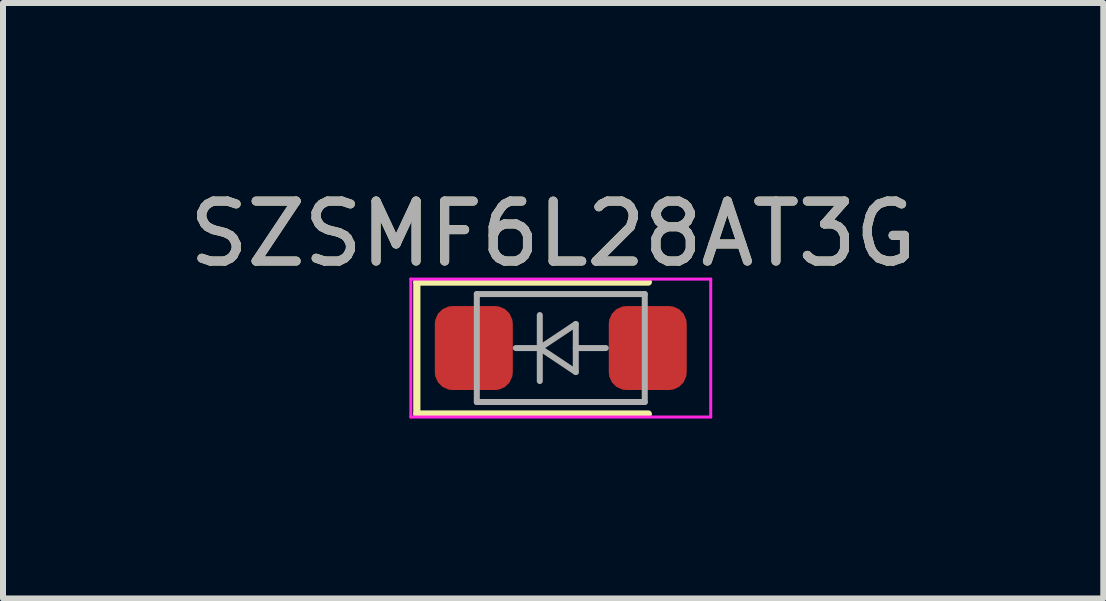
<source format=kicad_pcb>
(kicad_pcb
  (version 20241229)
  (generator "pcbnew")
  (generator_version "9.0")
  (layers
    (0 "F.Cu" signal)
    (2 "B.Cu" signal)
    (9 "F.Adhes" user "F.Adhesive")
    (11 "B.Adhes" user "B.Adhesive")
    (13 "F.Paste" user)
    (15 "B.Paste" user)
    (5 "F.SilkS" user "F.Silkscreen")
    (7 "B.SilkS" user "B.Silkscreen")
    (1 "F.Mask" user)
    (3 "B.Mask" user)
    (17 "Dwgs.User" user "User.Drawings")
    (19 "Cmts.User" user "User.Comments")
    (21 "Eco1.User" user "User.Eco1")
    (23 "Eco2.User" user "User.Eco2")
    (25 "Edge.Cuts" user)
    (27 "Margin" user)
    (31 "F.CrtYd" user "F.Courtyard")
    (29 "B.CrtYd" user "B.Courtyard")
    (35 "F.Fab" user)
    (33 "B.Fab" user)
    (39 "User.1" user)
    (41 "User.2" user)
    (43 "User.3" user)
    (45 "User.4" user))
  (footprint "SZSMF6L28AT3G"
    (layer "F.Cu")
    (at 6.3 2.753)
    (property "Reference" "SZSMF6L28AT3G" (at -0.127 -1.905 0) (layer "F.SilkS") (effects (font (size 1 1) (thickness 0.15))))
    (attr smd)
    (fp_line (start -2.4 -1.1) (end -2.4 1.1) (stroke (width 0.12) (type solid)) (layer "F.SilkS"))
    (fp_line (start -2.4 -1.1) (end 1.46 -1.1) (stroke (width 0.12) (type solid)) (layer "F.SilkS"))
    (fp_line (start -2.4 1.1) (end 1.46 1.1) (stroke (width 0.12) (type solid)) (layer "F.SilkS"))
    (fp_line (start -2.5 -1.15) (end -2.5 1.15) (stroke (width 0.05) (type solid)) (layer "F.CrtYd"))
    (fp_line (start -2.5 -1.15) (end 2.5 -1.15) (stroke (width 0.05) (type solid)) (layer "F.CrtYd"))
    (fp_line (start 2.5 -1.15) (end 2.5 1.15) (stroke (width 0.05) (type solid)) (layer "F.CrtYd"))
    (fp_line (start 2.5 1.15) (end -2.5 1.15) (stroke (width 0.05) (type solid)) (layer "F.CrtYd"))
    (fp_line (start -1.4 -0.9) (end 1.4 -0.9) (stroke (width 0.1) (type solid)) (layer "F.Fab"))
    (fp_line (start -1.4 0.9) (end -1.4 -0.9) (stroke (width 0.1) (type solid)) (layer "F.Fab"))
    (fp_line (start -0.75 0) (end -0.35 0) (stroke (width 0.1) (type solid)) (layer "F.Fab"))
    (fp_line (start -0.35 0) (end -0.35 -0.55) (stroke (width 0.1) (type solid)) (layer "F.Fab"))
    (fp_line (start -0.35 0) (end -0.35 0.55) (stroke (width 0.1) (type solid)) (layer "F.Fab"))
    (fp_line (start -0.35 0) (end 0.25 -0.4) (stroke (width 0.1) (type solid)) (layer "F.Fab"))
    (fp_line (start 0.25 -0.4) (end 0.25 0.4) (stroke (width 0.1) (type solid)) (layer "F.Fab"))
    (fp_line (start 0.25 0) (end 0.75 0) (stroke (width 0.1) (type solid)) (layer "F.Fab"))
    (fp_line (start 0.25 0.4) (end -0.35 0) (stroke (width 0.1) (type solid)) (layer "F.Fab"))
    (fp_line (start 1.4 -0.9) (end 1.4 0.9) (stroke (width 0.1) (type solid)) (layer "F.Fab"))
    (fp_line (start 1.4 0.9) (end -1.4 0.9) (stroke (width 0.1) (type solid)) (layer "F.Fab"))
    (fp_text user "${REFERENCE}" (at -0.127 -1.905 0) (layer "F.Fab") (effects (font (size 1 1) (thickness 0.15))))
    (pad "1" smd roundrect (at -1.45 0) (size 1.3 1.4) (layers "F.Cu" "F.Mask" "F.Paste") (roundrect_rratio 0.227))
    (pad "2" smd roundrect (at 1.45 0) (size 1.3 1.4) (layers "F.Cu" "F.Mask" "F.Paste") (roundrect_rratio 0.227)))
  (gr_rect
    (start -3 -3)
    (end 15.345 6.928)
    (stroke (width 0.1) (type default))
    (fill no)
    (layer "Edge.Cuts")))
</source>
